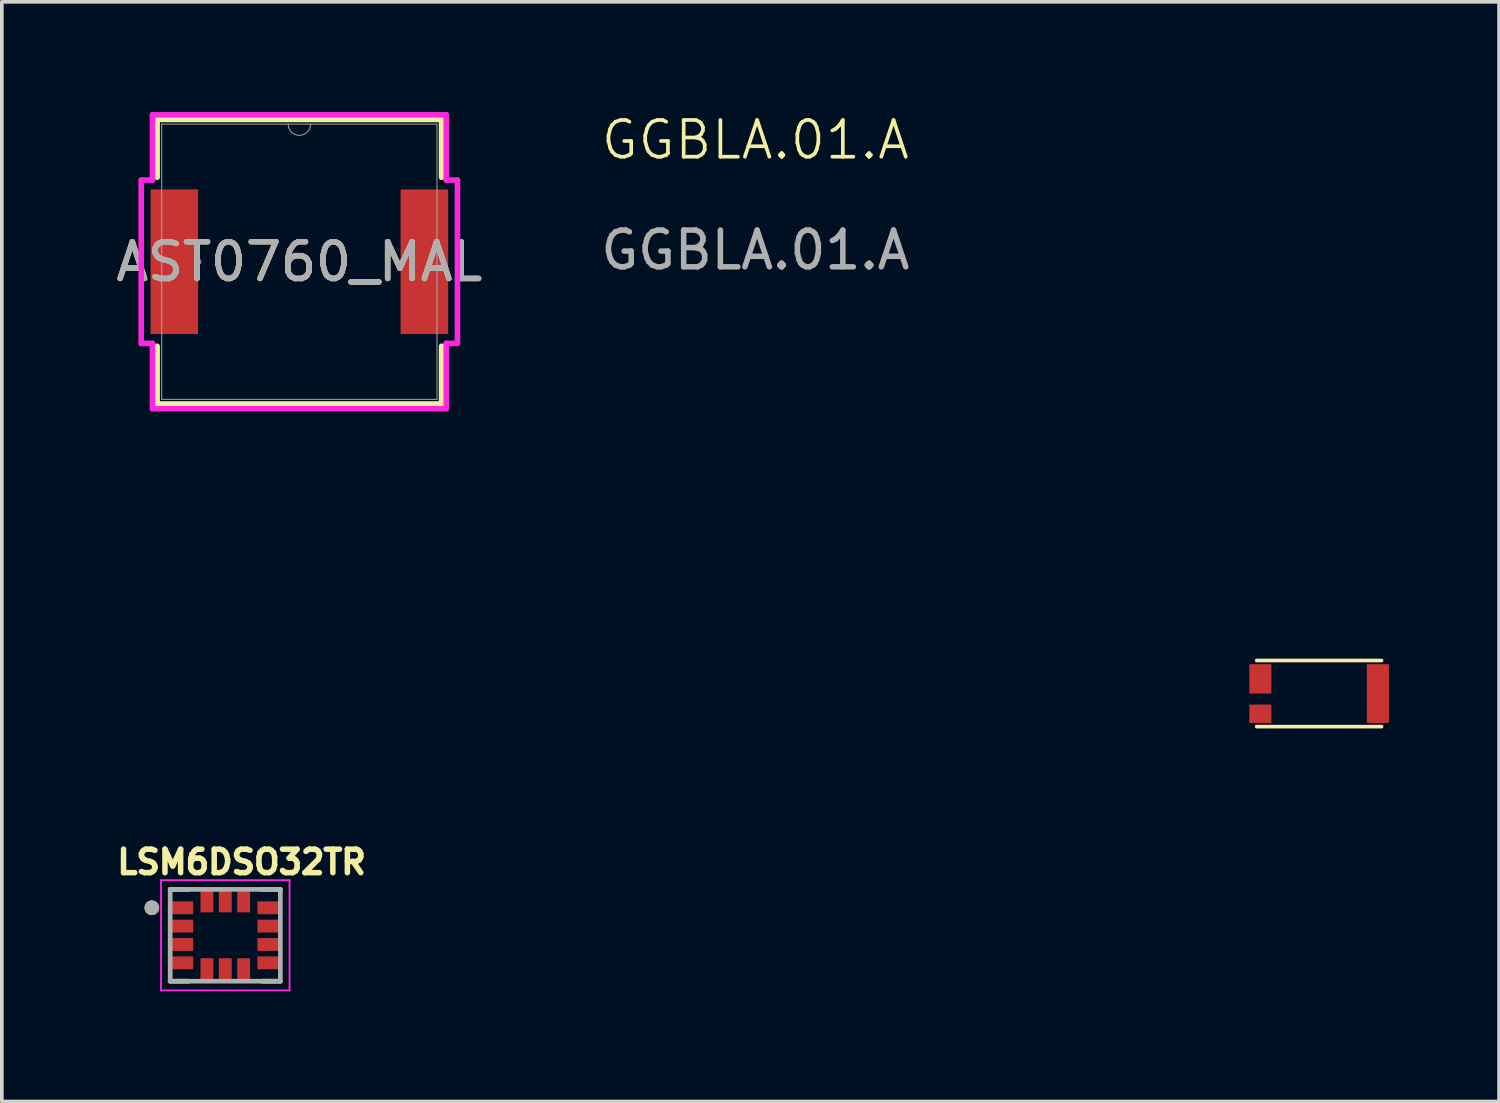
<source format=kicad_pcb>
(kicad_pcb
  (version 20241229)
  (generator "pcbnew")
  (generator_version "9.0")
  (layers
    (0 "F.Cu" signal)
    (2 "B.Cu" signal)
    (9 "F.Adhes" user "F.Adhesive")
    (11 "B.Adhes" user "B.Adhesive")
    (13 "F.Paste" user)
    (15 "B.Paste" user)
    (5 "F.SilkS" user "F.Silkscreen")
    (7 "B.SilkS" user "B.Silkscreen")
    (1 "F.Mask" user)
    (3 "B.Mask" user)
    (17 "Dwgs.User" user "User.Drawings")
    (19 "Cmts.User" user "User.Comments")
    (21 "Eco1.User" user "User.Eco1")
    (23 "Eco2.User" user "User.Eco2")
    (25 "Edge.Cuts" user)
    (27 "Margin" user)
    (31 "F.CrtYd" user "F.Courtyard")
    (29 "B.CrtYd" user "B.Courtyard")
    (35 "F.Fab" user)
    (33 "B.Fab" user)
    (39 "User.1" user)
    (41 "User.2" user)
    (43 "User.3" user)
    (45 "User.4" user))
  (footprint "GGBLA.01.A"
    (layer "F.Cu")
    (at 32.868 15.835)
    (property "Reference" "GGBLA.01.A" (at -15.35 -15.075 0) (unlocked yes) (layer "F.SilkS") (effects (font (size 1 1) (thickness 0.1))))
    (attr smd)
    (fp_line (start -1.7 -0.9) (end 1.7 -0.9) (stroke (width 0.1) (type default)) (layer "F.SilkS"))
    (fp_line (start -1.7 0.9) (end 1.7 0.9) (stroke (width 0.1) (type default)) (layer "F.SilkS"))
    (fp_text user "${REFERENCE}" (at -15.35 -12.075 0) (unlocked yes) (layer "F.Fab") (effects (font (size 1 1) (thickness 0.15))))
    (pad "1" smd rect (at -1.6 0.55) (size 0.6 0.5) (layers "F.Cu" "F.Mask" "F.Paste"))
    (pad "2" smd rect (at -1.6 -0.4) (size 0.6 0.8) (layers "F.Cu" "F.Mask" "F.Paste"))
    (pad "3" smd rect (at 1.6 0) (size 0.6 1.6) (layers "F.Cu" "F.Mask" "F.Paste")))
  (footprint "AST0760_MAL"
    (layer "F.Cu")
    (at 5.101 4.077)
    (property "Reference" "AST0760_MAL" (at 0 0 0) (unlocked yes) (layer "F.SilkS") (effects (font (size 1 1) (thickness 0.15))))
    (attr smd)
    (fp_line (start -3.873 -3.873) (end -3.873 -2.301) (stroke (width 0.152) (type solid)) (layer "F.SilkS"))
    (fp_line (start -3.873 2.301) (end -3.873 3.873) (stroke (width 0.152) (type solid)) (layer "F.SilkS"))
    (fp_line (start -3.873 3.873) (end 3.873 3.873) (stroke (width 0.152) (type solid)) (layer "F.SilkS"))
    (fp_line (start 3.873 -3.873) (end -3.873 -3.873) (stroke (width 0.152) (type solid)) (layer "F.SilkS"))
    (fp_line (start 3.873 -2.301) (end 3.873 -3.873) (stroke (width 0.152) (type solid)) (layer "F.SilkS"))
    (fp_line (start 3.873 3.873) (end 3.873 2.301) (stroke (width 0.152) (type solid)) (layer "F.SilkS"))
    (fp_line (start -4.305 -2.223) (end -4 -2.223) (stroke (width 0.152) (type solid)) (layer "F.CrtYd"))
    (fp_line (start -4.305 2.223) (end -4.305 -2.223) (stroke (width 0.152) (type solid)) (layer "F.CrtYd"))
    (fp_line (start -4.305 2.223) (end -4 2.223) (stroke (width 0.152) (type solid)) (layer "F.CrtYd"))
    (fp_line (start -4 -4) (end 4 -4) (stroke (width 0.152) (type solid)) (layer "F.CrtYd"))
    (fp_line (start -4 -2.223) (end -4 -4) (stroke (width 0.152) (type solid)) (layer "F.CrtYd"))
    (fp_line (start -4 4) (end -4 2.223) (stroke (width 0.152) (type solid)) (layer "F.CrtYd"))
    (fp_line (start 4 -4) (end 4 -2.223) (stroke (width 0.152) (type solid)) (layer "F.CrtYd"))
    (fp_line (start 4 2.223) (end 4 4) (stroke (width 0.152) (type solid)) (layer "F.CrtYd"))
    (fp_line (start 4 4) (end -4 4) (stroke (width 0.152) (type solid)) (layer "F.CrtYd"))
    (fp_line (start 4.305 -2.223) (end 4 -2.223) (stroke (width 0.152) (type solid)) (layer "F.CrtYd"))
    (fp_line (start 4.305 -2.223) (end 4.305 2.223) (stroke (width 0.152) (type solid)) (layer "F.CrtYd"))
    (fp_line (start 4.305 2.223) (end 4 2.223) (stroke (width 0.152) (type solid)) (layer "F.CrtYd"))
    (fp_line (start -3.747 -3.747) (end -3.747 3.747) (stroke (width 0.025) (type solid)) (layer "F.Fab"))
    (fp_line (start -3.747 3.747) (end 3.747 3.747) (stroke (width 0.025) (type solid)) (layer "F.Fab"))
    (fp_line (start 3.747 -3.747) (end -3.747 -3.747) (stroke (width 0.025) (type solid)) (layer "F.Fab"))
    (fp_line (start 3.747 3.747) (end 3.747 -3.747) (stroke (width 0.025) (type solid)) (layer "F.Fab"))
    (fp_arc (start 0.3048 -3.7465) (mid 0 -3.4417) (end -0.3048 -3.7465) (stroke (width 0.0254) (type solid)) (layer "F.Fab"))
    (fp_circle (center -2.756 0) (end -2.68 0) (stroke (width 0.025) (type solid)) (fill no) (layer "F.Fab"))
    (fp_text user "${REFERENCE}" (at 0 0 0) (unlocked yes) (layer "F.Fab") (effects (font (size 1 1) (thickness 0.15))))
    (pad "1" smd rect (at -3.404 0) (size 1.295 3.937) (layers "F.Cu" "F.Mask" "F.Paste"))
    (pad "2" smd rect (at 3.404 0) (size 1.295 3.937) (layers "F.Cu" "F.Mask" "F.Paste")))
  (footprint "LSM6DSO32TR"
    (layer "F.Cu")
    (at 3.084 22.417)
    (property "Reference" "LSM6DSO32TR" (at 0.445 -1.994 0) (layer "F.SilkS") (effects (font (size 0.64 0.64) (thickness 0.15))))
    (attr smd)
    (fp_poly (pts (xy -1.5 -0.975) (xy -0.825 -0.975) (xy -0.825 -0.525) (xy -1.5 -0.525)) (stroke (width 0.01) (type solid)) (fill yes) (layer "F.Mask"))
    (fp_poly (pts (xy -1.5 -0.475) (xy -0.825 -0.475) (xy -0.825 -0.025) (xy -1.5 -0.025)) (stroke (width 0.01) (type solid)) (fill yes) (layer "F.Mask"))
    (fp_poly (pts (xy -1.5 0.025) (xy -0.825 0.025) (xy -0.825 0.475) (xy -1.5 0.475)) (stroke (width 0.01) (type solid)) (fill yes) (layer "F.Mask"))
    (fp_poly (pts (xy -1.5 0.525) (xy -0.825 0.525) (xy -0.825 0.975) (xy -1.5 0.975)) (stroke (width 0.01) (type solid)) (fill yes) (layer "F.Mask"))
    (fp_poly (pts (xy -0.725 -1.25) (xy -0.275 -1.25) (xy -0.275 -0.575) (xy -0.725 -0.575)) (stroke (width 0.01) (type solid)) (fill yes) (layer "F.Mask"))
    (fp_poly (pts (xy -0.725 0.575) (xy -0.275 0.575) (xy -0.275 1.25) (xy -0.725 1.25)) (stroke (width 0.01) (type solid)) (fill yes) (layer "F.Mask"))
    (fp_poly (pts (xy -0.225 -1.25) (xy 0.225 -1.25) (xy 0.225 -0.575) (xy -0.225 -0.575)) (stroke (width 0.01) (type solid)) (fill yes) (layer "F.Mask"))
    (fp_poly (pts (xy -0.225 0.575) (xy 0.225 0.575) (xy 0.225 1.25) (xy -0.225 1.25)) (stroke (width 0.01) (type solid)) (fill yes) (layer "F.Mask"))
    (fp_poly (pts (xy 0.275 -1.25) (xy 0.725 -1.25) (xy 0.725 -0.575) (xy 0.275 -0.575)) (stroke (width 0.01) (type solid)) (fill yes) (layer "F.Mask"))
    (fp_poly (pts (xy 0.275 0.575) (xy 0.725 0.575) (xy 0.725 1.25) (xy 0.275 1.25)) (stroke (width 0.01) (type solid)) (fill yes) (layer "F.Mask"))
    (fp_poly (pts (xy 0.825 -0.975) (xy 1.5 -0.975) (xy 1.5 -0.525) (xy 0.825 -0.525)) (stroke (width 0.01) (type solid)) (fill yes) (layer "F.Mask"))
    (fp_poly (pts (xy 0.825 -0.475) (xy 1.5 -0.475) (xy 1.5 -0.025) (xy 0.825 -0.025)) (stroke (width 0.01) (type solid)) (fill yes) (layer "F.Mask"))
    (fp_poly (pts (xy 0.825 0.025) (xy 1.5 0.025) (xy 1.5 0.475) (xy 0.825 0.475)) (stroke (width 0.01) (type solid)) (fill yes) (layer "F.Mask"))
    (fp_poly (pts (xy 0.825 0.525) (xy 1.5 0.525) (xy 1.5 0.975) (xy 0.825 0.975)) (stroke (width 0.01) (type solid)) (fill yes) (layer "F.Mask"))
    (fp_line (start -1.5 -1.25) (end -1 -1.25) (stroke (width 0.127) (type solid)) (layer "F.SilkS"))
    (fp_line (start -1.5 1.25) (end -1 1.25) (stroke (width 0.127) (type solid)) (layer "F.SilkS"))
    (fp_line (start 1.5 -1.25) (end 1 -1.25) (stroke (width 0.127) (type solid)) (layer "F.SilkS"))
    (fp_line (start 1.5 1.25) (end 1 1.25) (stroke (width 0.127) (type solid)) (layer "F.SilkS"))
    (fp_circle (center -2 -0.75) (end -1.9 -0.75) (stroke (width 0.2) (type solid)) (fill no) (layer "F.SilkS"))
    (fp_line (start -1.75 -1.5) (end -1.75 1.5) (stroke (width 0.05) (type solid)) (layer "F.CrtYd"))
    (fp_line (start -1.75 1.5) (end 1.75 1.5) (stroke (width 0.05) (type solid)) (layer "F.CrtYd"))
    (fp_line (start 1.75 -1.5) (end -1.75 -1.5) (stroke (width 0.05) (type solid)) (layer "F.CrtYd"))
    (fp_line (start 1.75 1.5) (end 1.75 -1.5) (stroke (width 0.05) (type solid)) (layer "F.CrtYd"))
    (fp_line (start -1.5 -1.25) (end 1.5 -1.25) (stroke (width 0.127) (type solid)) (layer "F.Fab"))
    (fp_line (start -1.5 1.25) (end -1.5 -1.25) (stroke (width 0.127) (type solid)) (layer "F.Fab"))
    (fp_line (start 1.5 -1.25) (end 1.5 1.25) (stroke (width 0.127) (type solid)) (layer "F.Fab"))
    (fp_line (start 1.5 1.25) (end -1.5 1.25) (stroke (width 0.127) (type solid)) (layer "F.Fab"))
    (fp_circle (center -2 -0.75) (end -1.9 -0.75) (stroke (width 0.2) (type solid)) (fill no) (layer "F.Fab"))
    (pad "1" smd rect (at -1.163 -0.75) (size 0.575 0.35) (layers "F.Cu" "F.Paste"))
    (pad "2" smd rect (at -1.163 -0.25) (size 0.575 0.35) (layers "F.Cu" "F.Paste"))
    (pad "3" smd rect (at -1.163 0.25) (size 0.575 0.35) (layers "F.Cu" "F.Paste"))
    (pad "4" smd rect (at -1.163 0.75) (size 0.575 0.35) (layers "F.Cu" "F.Paste"))
    (pad "5" smd rect (at -0.5 0.912) (size 0.35 0.575) (layers "F.Cu" "F.Paste"))
    (pad "6" smd rect (at 0 0.912) (size 0.35 0.575) (layers "F.Cu" "F.Paste"))
    (pad "7" smd rect (at 0.5 0.912) (size 0.35 0.575) (layers "F.Cu" "F.Paste"))
    (pad "8" smd rect (at 1.163 0.75) (size 0.575 0.35) (layers "F.Cu" "F.Paste"))
    (pad "9" smd rect (at 1.163 0.25) (size 0.575 0.35) (layers "F.Cu" "F.Paste"))
    (pad "10" smd rect (at 1.163 -0.25) (size 0.575 0.35) (layers "F.Cu" "F.Paste"))
    (pad "11" smd rect (at 1.163 -0.75) (size 0.575 0.35) (layers "F.Cu" "F.Paste"))
    (pad "12" smd rect (at 0.5 -0.912) (size 0.35 0.575) (layers "F.Cu" "F.Paste"))
    (pad "13" smd rect (at 0 -0.912) (size 0.35 0.575) (layers "F.Cu" "F.Paste"))
    (pad "14" smd rect (at -0.5 -0.912) (size 0.35 0.575) (layers "F.Cu" "F.Paste")))
  (gr_rect
    (start -3 -3)
    (end 37.768 26.942)
    (stroke (width 0.1) (type default))
    (fill no)
    (layer "Edge.Cuts")))
</source>
